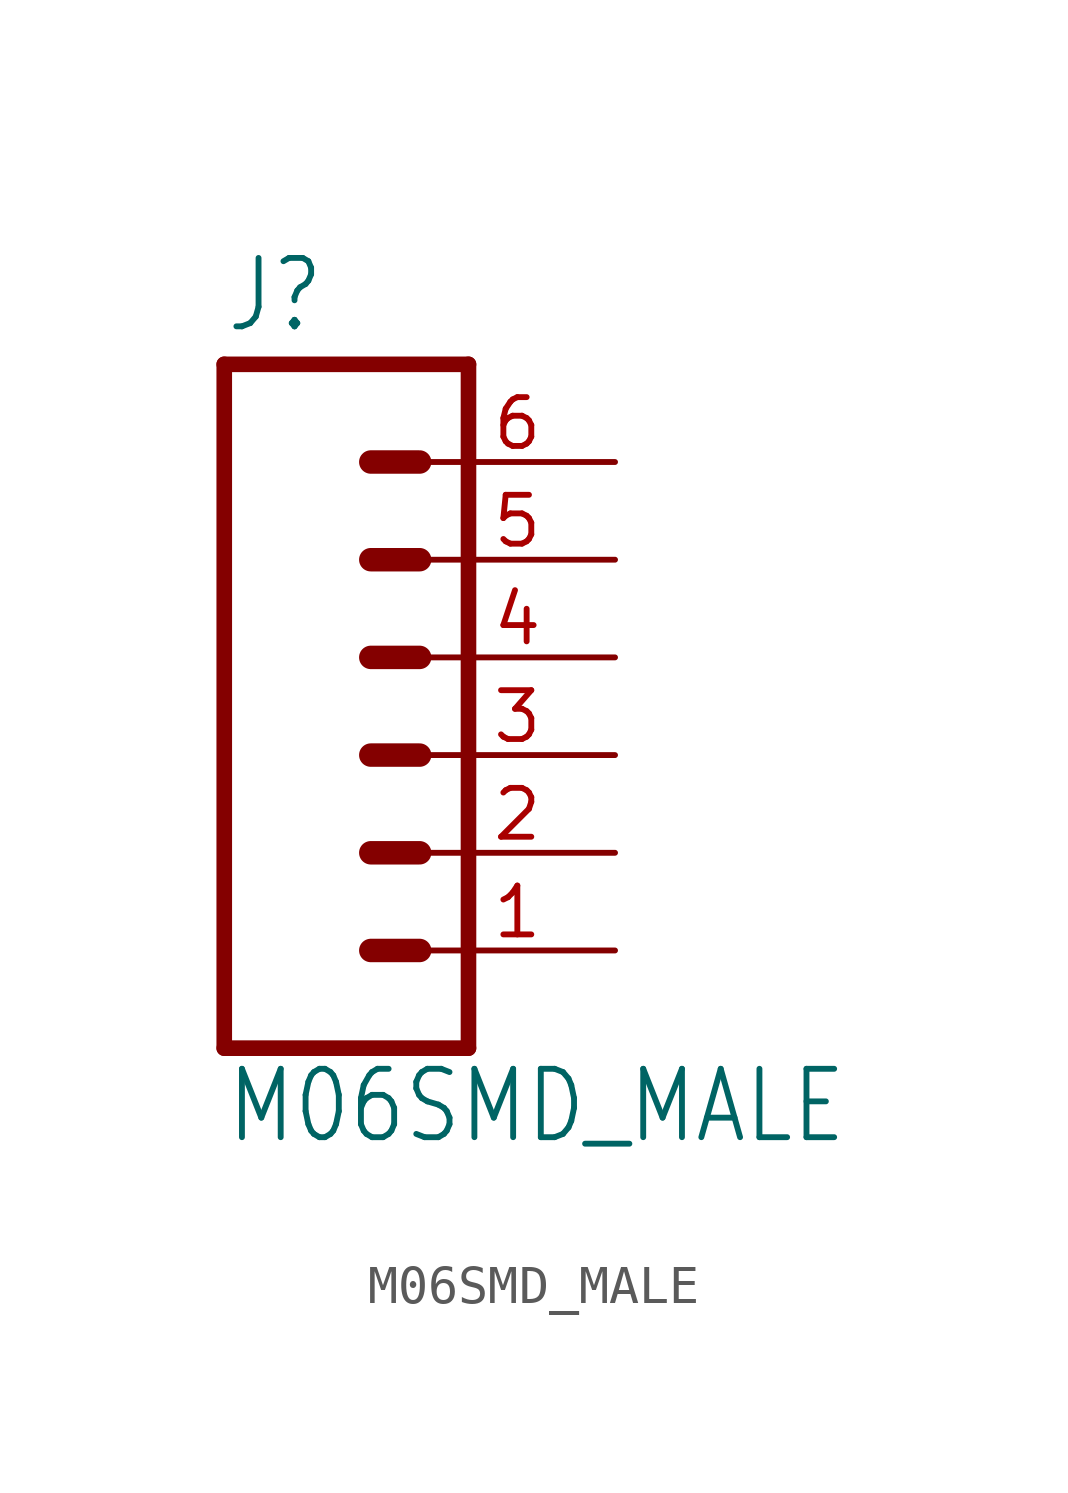
<source format=kicad_sym>
(kicad_symbol_lib
  (version 20220914)
  (generator kicad_symbol_editor)
  (symbol "M06SMD_MALE"
    (property "Reference" "J"
      (at -5.08 10.922 0)
      (effects (font (size 1.778 1.511)) (justify left bottom)))
    (property "Value" "M06SMD_MALE"
      (at -5.08 -10.16 0)
      (effects (font (size 1.778 1.511)) (justify left bottom)))
    (property "ki_locked" ""
      (at 0 0 0)
      (effects (font (size 1.27 1.27))))
    (symbol "M06SMD_MALE_1_0"
      (polyline (pts (xy -5.08 10.16) (xy -5.08 -7.62)) (stroke (width 0.406) (type default)) (fill (type none)))
      (polyline (pts (xy -5.08 10.16) (xy 1.27 10.16)) (stroke (width 0.406) (type default)) (fill (type none)))
      (polyline (pts (xy -1.27 -5.08) (xy 0 -5.08)) (stroke (width 0.61) (type default)) (fill (type none)))
      (polyline (pts (xy -1.27 -2.54) (xy 0 -2.54)) (stroke (width 0.61) (type default)) (fill (type none)))
      (polyline (pts (xy -1.27 0) (xy 0 0)) (stroke (width 0.61) (type default)) (fill (type none)))
      (polyline (pts (xy -1.27 2.54) (xy 0 2.54)) (stroke (width 0.61) (type default)) (fill (type none)))
      (polyline (pts (xy -1.27 5.08) (xy 0 5.08)) (stroke (width 0.61) (type default)) (fill (type none)))
      (polyline (pts (xy -1.27 7.62) (xy 0 7.62)) (stroke (width 0.61) (type default)) (fill (type none)))
      (polyline (pts (xy 1.27 -7.62) (xy -5.08 -7.62)) (stroke (width 0.406) (type default)) (fill (type none)))
      (polyline (pts (xy 1.27 -7.62) (xy 1.27 10.16)) (stroke (width 0.406) (type default)) (fill (type none)))
      (pin passive line (at 5.08 -5.08 180) (length 5.08) (name "1" (effects (font (size 0 0)))) (number "1" (effects (font (size 1.27 1.27)))))
      (pin passive line (at 5.08 -2.54 180) (length 5.08) (name "2" (effects (font (size 0 0)))) (number "2" (effects (font (size 1.27 1.27)))))
      (pin passive line (at 5.08 0 180) (length 5.08) (name "3" (effects (font (size 0 0)))) (number "3" (effects (font (size 1.27 1.27)))))
      (pin passive line (at 5.08 2.54 180) (length 5.08) (name "4" (effects (font (size 0 0)))) (number "4" (effects (font (size 1.27 1.27)))))
      (pin passive line (at 5.08 5.08 180) (length 5.08) (name "5" (effects (font (size 0 0)))) (number "5" (effects (font (size 1.27 1.27)))))
      (pin passive line (at 5.08 7.62 180) (length 5.08) (name "6" (effects (font (size 0 0)))) (number "6" (effects (font (size 1.27 1.27))))))))
</source>
